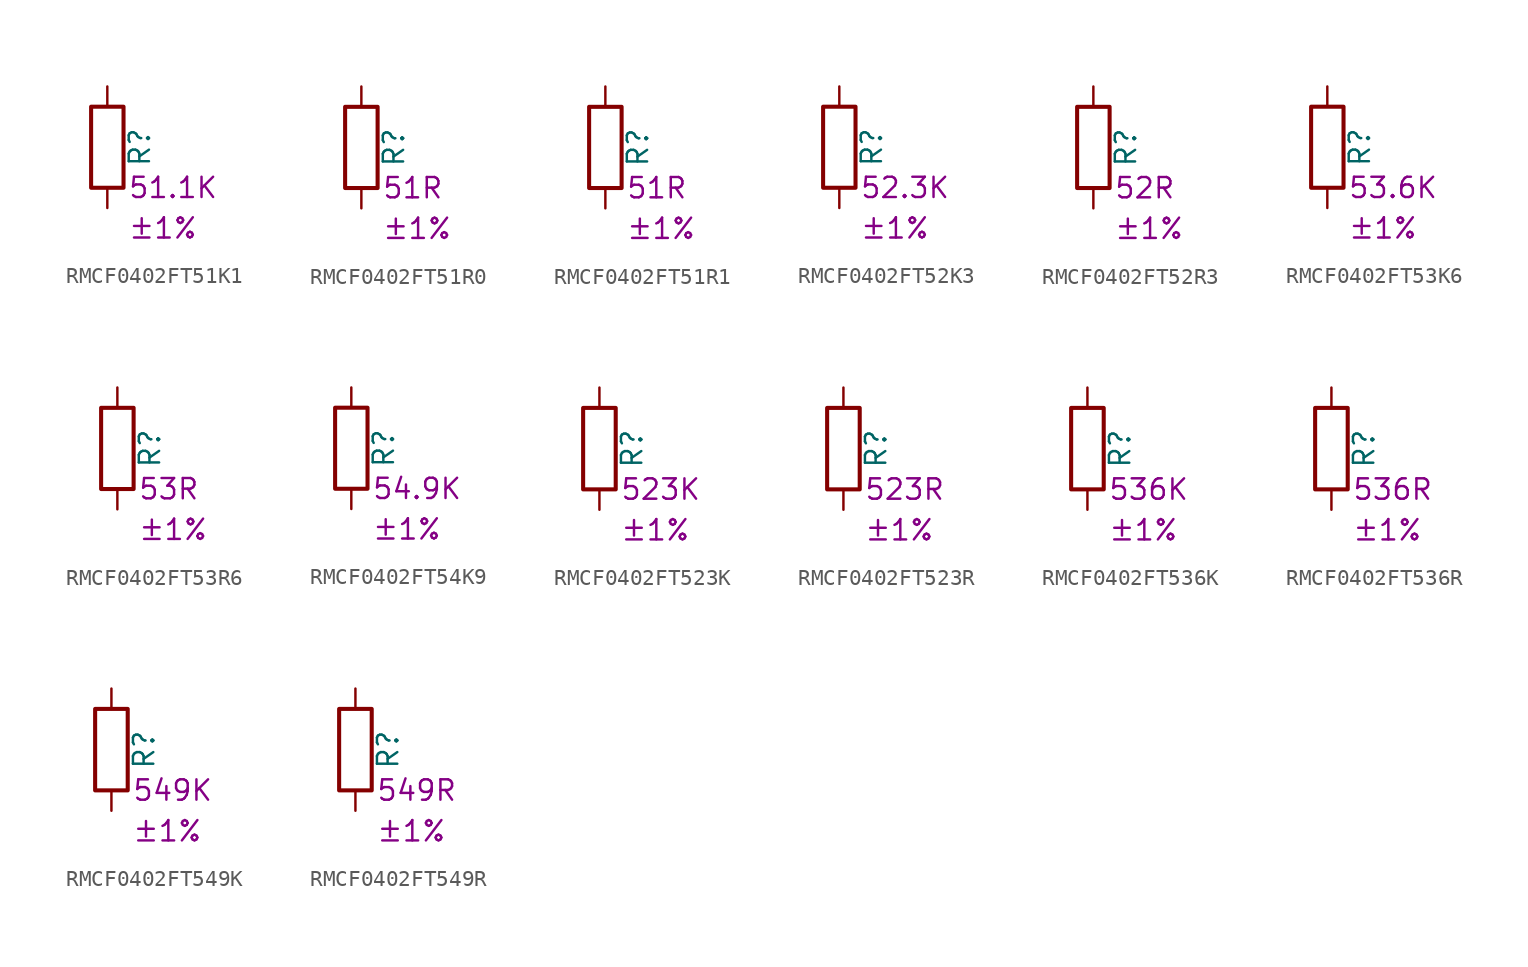
<source format=kicad_sym>
(kicad_symbol_lib
  (version 20220914)
  (generator kicad_symbol_editor)
  (symbol "RMCF0402FT51K1"
    (pin_numbers hide)
    (pin_names
      (offset 0))
    (property "Reference" "R"
      (at 2.032 0 90)
      (effects (font (size 1.27 1.27))))
    (property "Resistance" "51.1K"
      (at 1.27 -2.54 0)
      (effects (font (size 1.27 1.27)) (justify left)))
    (property "Tolerance" "±1%"
      (at 1.27 -5.08 0)
      (effects (font (size 1.27 1.27)) (justify left)))
    (symbol "RMCF0402FT51K1_0_1"
      (rectangle (start -1.016 -2.54) (end 1.016 2.54) (stroke (width 0.254) (type default)) (fill (type none))))
    (symbol "RMCF0402FT51K1_1_1"
      (pin passive line (at 0 3.81 270) (length 1.27) (name "~" (effects (font (size 1.27 1.27)))) (number "1" (effects (font (size 1.27 1.27)))))
      (pin passive line (at 0 -3.81 90) (length 1.27) (name "~" (effects (font (size 1.27 1.27)))) (number "2" (effects (font (size 1.27 1.27)))))))
  (symbol "RMCF0402FT51R0"
    (pin_numbers hide)
    (pin_names
      (offset 0))
    (property "Reference" "R"
      (at 2.032 0 90)
      (effects (font (size 1.27 1.27))))
    (property "Resistance" "51R"
      (at 1.27 -2.54 0)
      (effects (font (size 1.27 1.27)) (justify left)))
    (property "Tolerance" "±1%"
      (at 1.27 -5.08 0)
      (effects (font (size 1.27 1.27)) (justify left)))
    (symbol "RMCF0402FT51R0_0_1"
      (rectangle (start -1.016 -2.54) (end 1.016 2.54) (stroke (width 0.254) (type default)) (fill (type none))))
    (symbol "RMCF0402FT51R0_1_1"
      (pin passive line (at 0 3.81 270) (length 1.27) (name "~" (effects (font (size 1.27 1.27)))) (number "1" (effects (font (size 1.27 1.27)))))
      (pin passive line (at 0 -3.81 90) (length 1.27) (name "~" (effects (font (size 1.27 1.27)))) (number "2" (effects (font (size 1.27 1.27)))))))
  (symbol "RMCF0402FT51R1"
    (pin_numbers hide)
    (pin_names
      (offset 0))
    (property "Reference" "R"
      (at 2.032 0 90)
      (effects (font (size 1.27 1.27))))
    (property "Resistance" "51R"
      (at 1.27 -2.54 0)
      (effects (font (size 1.27 1.27)) (justify left)))
    (property "Tolerance" "±1%"
      (at 1.27 -5.08 0)
      (effects (font (size 1.27 1.27)) (justify left)))
    (symbol "RMCF0402FT51R1_0_1"
      (rectangle (start -1.016 -2.54) (end 1.016 2.54) (stroke (width 0.254) (type default)) (fill (type none))))
    (symbol "RMCF0402FT51R1_1_1"
      (pin passive line (at 0 3.81 270) (length 1.27) (name "~" (effects (font (size 1.27 1.27)))) (number "1" (effects (font (size 1.27 1.27)))))
      (pin passive line (at 0 -3.81 90) (length 1.27) (name "~" (effects (font (size 1.27 1.27)))) (number "2" (effects (font (size 1.27 1.27)))))))
  (symbol "RMCF0402FT52K3"
    (pin_numbers hide)
    (pin_names
      (offset 0))
    (property "Reference" "R"
      (at 2.032 0 90)
      (effects (font (size 1.27 1.27))))
    (property "Resistance" "52.3K"
      (at 1.27 -2.54 0)
      (effects (font (size 1.27 1.27)) (justify left)))
    (property "Tolerance" "±1%"
      (at 1.27 -5.08 0)
      (effects (font (size 1.27 1.27)) (justify left)))
    (symbol "RMCF0402FT52K3_0_1"
      (rectangle (start -1.016 -2.54) (end 1.016 2.54) (stroke (width 0.254) (type default)) (fill (type none))))
    (symbol "RMCF0402FT52K3_1_1"
      (pin passive line (at 0 3.81 270) (length 1.27) (name "~" (effects (font (size 1.27 1.27)))) (number "1" (effects (font (size 1.27 1.27)))))
      (pin passive line (at 0 -3.81 90) (length 1.27) (name "~" (effects (font (size 1.27 1.27)))) (number "2" (effects (font (size 1.27 1.27)))))))
  (symbol "RMCF0402FT52R3"
    (pin_numbers hide)
    (pin_names
      (offset 0))
    (property "Reference" "R"
      (at 2.032 0 90)
      (effects (font (size 1.27 1.27))))
    (property "Resistance" "52R"
      (at 1.27 -2.54 0)
      (effects (font (size 1.27 1.27)) (justify left)))
    (property "Tolerance" "±1%"
      (at 1.27 -5.08 0)
      (effects (font (size 1.27 1.27)) (justify left)))
    (symbol "RMCF0402FT52R3_0_1"
      (rectangle (start -1.016 -2.54) (end 1.016 2.54) (stroke (width 0.254) (type default)) (fill (type none))))
    (symbol "RMCF0402FT52R3_1_1"
      (pin passive line (at 0 3.81 270) (length 1.27) (name "~" (effects (font (size 1.27 1.27)))) (number "1" (effects (font (size 1.27 1.27)))))
      (pin passive line (at 0 -3.81 90) (length 1.27) (name "~" (effects (font (size 1.27 1.27)))) (number "2" (effects (font (size 1.27 1.27)))))))
  (symbol "RMCF0402FT53K6"
    (pin_numbers hide)
    (pin_names
      (offset 0))
    (property "Reference" "R"
      (at 2.032 0 90)
      (effects (font (size 1.27 1.27))))
    (property "Resistance" "53.6K"
      (at 1.27 -2.54 0)
      (effects (font (size 1.27 1.27)) (justify left)))
    (property "Tolerance" "±1%"
      (at 1.27 -5.08 0)
      (effects (font (size 1.27 1.27)) (justify left)))
    (symbol "RMCF0402FT53K6_0_1"
      (rectangle (start -1.016 -2.54) (end 1.016 2.54) (stroke (width 0.254) (type default)) (fill (type none))))
    (symbol "RMCF0402FT53K6_1_1"
      (pin passive line (at 0 3.81 270) (length 1.27) (name "~" (effects (font (size 1.27 1.27)))) (number "1" (effects (font (size 1.27 1.27)))))
      (pin passive line (at 0 -3.81 90) (length 1.27) (name "~" (effects (font (size 1.27 1.27)))) (number "2" (effects (font (size 1.27 1.27)))))))
  (symbol "RMCF0402FT53R6"
    (pin_numbers hide)
    (pin_names
      (offset 0))
    (property "Reference" "R"
      (at 2.032 0 90)
      (effects (font (size 1.27 1.27))))
    (property "Resistance" "53R"
      (at 1.27 -2.54 0)
      (effects (font (size 1.27 1.27)) (justify left)))
    (property "Tolerance" "±1%"
      (at 1.27 -5.08 0)
      (effects (font (size 1.27 1.27)) (justify left)))
    (symbol "RMCF0402FT53R6_0_1"
      (rectangle (start -1.016 -2.54) (end 1.016 2.54) (stroke (width 0.254) (type default)) (fill (type none))))
    (symbol "RMCF0402FT53R6_1_1"
      (pin passive line (at 0 3.81 270) (length 1.27) (name "~" (effects (font (size 1.27 1.27)))) (number "1" (effects (font (size 1.27 1.27)))))
      (pin passive line (at 0 -3.81 90) (length 1.27) (name "~" (effects (font (size 1.27 1.27)))) (number "2" (effects (font (size 1.27 1.27)))))))
  (symbol "RMCF0402FT54K9"
    (pin_numbers hide)
    (pin_names
      (offset 0))
    (property "Reference" "R"
      (at 2.032 0 90)
      (effects (font (size 1.27 1.27))))
    (property "Resistance" "54.9K"
      (at 1.27 -2.54 0)
      (effects (font (size 1.27 1.27)) (justify left)))
    (property "Tolerance" "±1%"
      (at 1.27 -5.08 0)
      (effects (font (size 1.27 1.27)) (justify left)))
    (symbol "RMCF0402FT54K9_0_1"
      (rectangle (start -1.016 -2.54) (end 1.016 2.54) (stroke (width 0.254) (type default)) (fill (type none))))
    (symbol "RMCF0402FT54K9_1_1"
      (pin passive line (at 0 3.81 270) (length 1.27) (name "~" (effects (font (size 1.27 1.27)))) (number "1" (effects (font (size 1.27 1.27)))))
      (pin passive line (at 0 -3.81 90) (length 1.27) (name "~" (effects (font (size 1.27 1.27)))) (number "2" (effects (font (size 1.27 1.27)))))))
  (symbol "RMCF0402FT523K"
    (pin_numbers hide)
    (pin_names
      (offset 0))
    (property "Reference" "R"
      (at 2.032 0 90)
      (effects (font (size 1.27 1.27))))
    (property "Resistance" "523K"
      (at 1.27 -2.54 0)
      (effects (font (size 1.27 1.27)) (justify left)))
    (property "Tolerance" "±1%"
      (at 1.27 -5.08 0)
      (effects (font (size 1.27 1.27)) (justify left)))
    (symbol "RMCF0402FT523K_0_1"
      (rectangle (start -1.016 -2.54) (end 1.016 2.54) (stroke (width 0.254) (type default)) (fill (type none))))
    (symbol "RMCF0402FT523K_1_1"
      (pin passive line (at 0 3.81 270) (length 1.27) (name "~" (effects (font (size 1.27 1.27)))) (number "1" (effects (font (size 1.27 1.27)))))
      (pin passive line (at 0 -3.81 90) (length 1.27) (name "~" (effects (font (size 1.27 1.27)))) (number "2" (effects (font (size 1.27 1.27)))))))
  (symbol "RMCF0402FT523R"
    (pin_numbers hide)
    (pin_names
      (offset 0))
    (property "Reference" "R"
      (at 2.032 0 90)
      (effects (font (size 1.27 1.27))))
    (property "Resistance" "523R"
      (at 1.27 -2.54 0)
      (effects (font (size 1.27 1.27)) (justify left)))
    (property "Tolerance" "±1%"
      (at 1.27 -5.08 0)
      (effects (font (size 1.27 1.27)) (justify left)))
    (symbol "RMCF0402FT523R_0_1"
      (rectangle (start -1.016 -2.54) (end 1.016 2.54) (stroke (width 0.254) (type default)) (fill (type none))))
    (symbol "RMCF0402FT523R_1_1"
      (pin passive line (at 0 3.81 270) (length 1.27) (name "~" (effects (font (size 1.27 1.27)))) (number "1" (effects (font (size 1.27 1.27)))))
      (pin passive line (at 0 -3.81 90) (length 1.27) (name "~" (effects (font (size 1.27 1.27)))) (number "2" (effects (font (size 1.27 1.27)))))))
  (symbol "RMCF0402FT536K"
    (pin_numbers hide)
    (pin_names
      (offset 0))
    (property "Reference" "R"
      (at 2.032 0 90)
      (effects (font (size 1.27 1.27))))
    (property "Resistance" "536K"
      (at 1.27 -2.54 0)
      (effects (font (size 1.27 1.27)) (justify left)))
    (property "Tolerance" "±1%"
      (at 1.27 -5.08 0)
      (effects (font (size 1.27 1.27)) (justify left)))
    (symbol "RMCF0402FT536K_0_1"
      (rectangle (start -1.016 -2.54) (end 1.016 2.54) (stroke (width 0.254) (type default)) (fill (type none))))
    (symbol "RMCF0402FT536K_1_1"
      (pin passive line (at 0 3.81 270) (length 1.27) (name "~" (effects (font (size 1.27 1.27)))) (number "1" (effects (font (size 1.27 1.27)))))
      (pin passive line (at 0 -3.81 90) (length 1.27) (name "~" (effects (font (size 1.27 1.27)))) (number "2" (effects (font (size 1.27 1.27)))))))
  (symbol "RMCF0402FT536R"
    (pin_numbers hide)
    (pin_names
      (offset 0))
    (property "Reference" "R"
      (at 2.032 0 90)
      (effects (font (size 1.27 1.27))))
    (property "Resistance" "536R"
      (at 1.27 -2.54 0)
      (effects (font (size 1.27 1.27)) (justify left)))
    (property "Tolerance" "±1%"
      (at 1.27 -5.08 0)
      (effects (font (size 1.27 1.27)) (justify left)))
    (symbol "RMCF0402FT536R_0_1"
      (rectangle (start -1.016 -2.54) (end 1.016 2.54) (stroke (width 0.254) (type default)) (fill (type none))))
    (symbol "RMCF0402FT536R_1_1"
      (pin passive line (at 0 3.81 270) (length 1.27) (name "~" (effects (font (size 1.27 1.27)))) (number "1" (effects (font (size 1.27 1.27)))))
      (pin passive line (at 0 -3.81 90) (length 1.27) (name "~" (effects (font (size 1.27 1.27)))) (number "2" (effects (font (size 1.27 1.27)))))))
  (symbol "RMCF0402FT549K"
    (pin_numbers hide)
    (pin_names
      (offset 0))
    (property "Reference" "R"
      (at 2.032 0 90)
      (effects (font (size 1.27 1.27))))
    (property "Resistance" "549K"
      (at 1.27 -2.54 0)
      (effects (font (size 1.27 1.27)) (justify left)))
    (property "Tolerance" "±1%"
      (at 1.27 -5.08 0)
      (effects (font (size 1.27 1.27)) (justify left)))
    (symbol "RMCF0402FT549K_0_1"
      (rectangle (start -1.016 -2.54) (end 1.016 2.54) (stroke (width 0.254) (type default)) (fill (type none))))
    (symbol "RMCF0402FT549K_1_1"
      (pin passive line (at 0 3.81 270) (length 1.27) (name "~" (effects (font (size 1.27 1.27)))) (number "1" (effects (font (size 1.27 1.27)))))
      (pin passive line (at 0 -3.81 90) (length 1.27) (name "~" (effects (font (size 1.27 1.27)))) (number "2" (effects (font (size 1.27 1.27)))))))
  (symbol "RMCF0402FT549R"
    (pin_numbers hide)
    (pin_names
      (offset 0))
    (property "Reference" "R"
      (at 2.032 0 90)
      (effects (font (size 1.27 1.27))))
    (property "Resistance" "549R"
      (at 1.27 -2.54 0)
      (effects (font (size 1.27 1.27)) (justify left)))
    (property "Tolerance" "±1%"
      (at 1.27 -5.08 0)
      (effects (font (size 1.27 1.27)) (justify left)))
    (symbol "RMCF0402FT549R_0_1"
      (rectangle (start -1.016 -2.54) (end 1.016 2.54) (stroke (width 0.254) (type default)) (fill (type none))))
    (symbol "RMCF0402FT549R_1_1"
      (pin passive line (at 0 3.81 270) (length 1.27) (name "~" (effects (font (size 1.27 1.27)))) (number "1" (effects (font (size 1.27 1.27)))))
      (pin passive line (at 0 -3.81 90) (length 1.27) (name "~" (effects (font (size 1.27 1.27)))) (number "2" (effects (font (size 1.27 1.27))))))))
</source>
